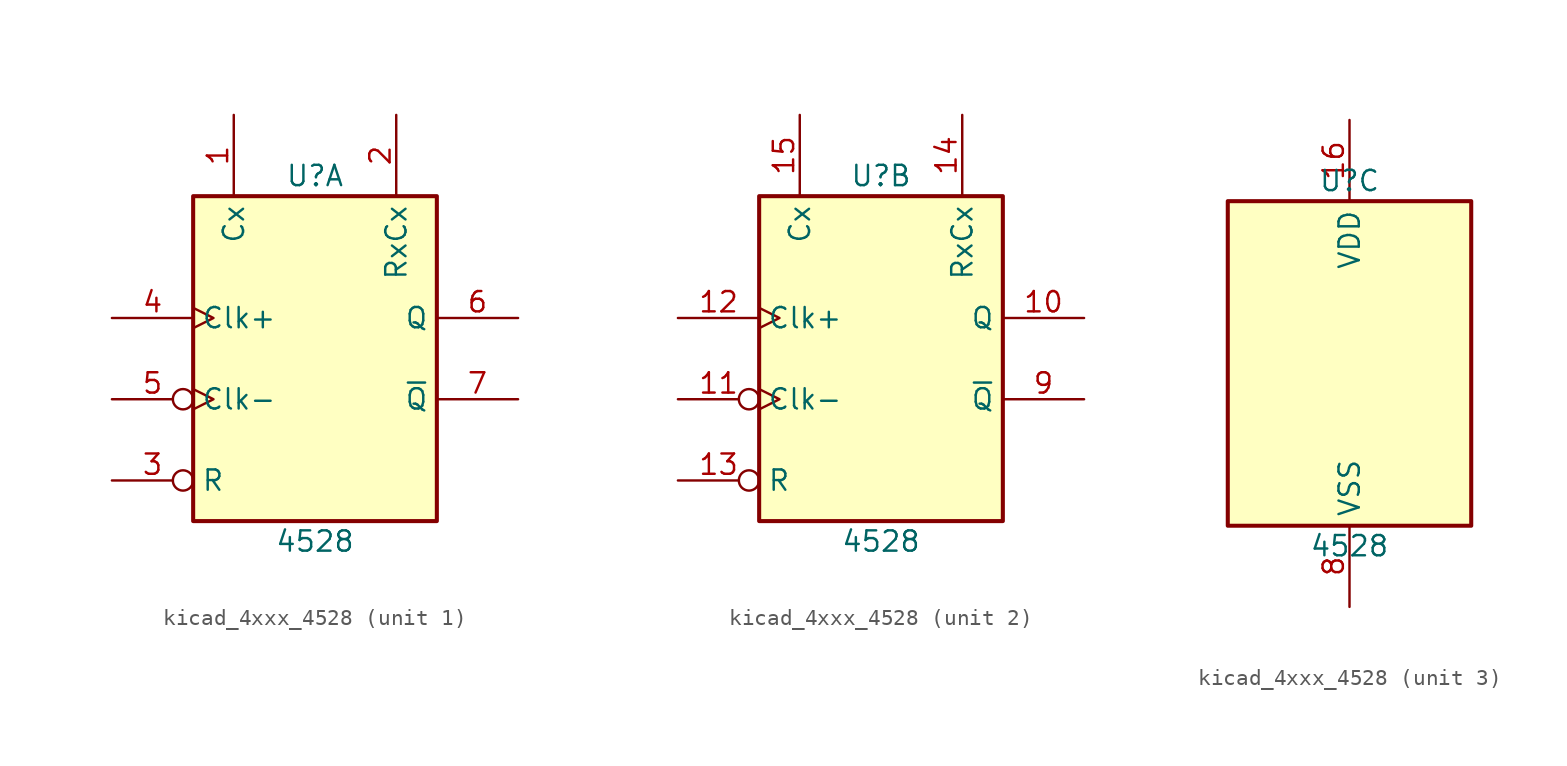
<source format=kicad_sym>
(kicad_symbol_lib
  (version 20220914)
  (generator kicad_symbol_editor)
  (symbol "kicad_4xxx_4528"
    (property "Reference" "U"
      (at 0 11.43 0)
      (effects (font (size 1.27 1.27))))
    (property "Value" "4528"
      (at 0 -11.43 0)
      (effects (font (size 1.27 1.27))))
    (property "ki_locked" ""
      (at 0 0 0)
      (effects (font (size 1.27 1.27))))
    (symbol "kicad_4xxx_4528_1_0"
      (pin input line (at -5.08 15.24 270) (length 5.08) (name "Cx" (effects (font (size 1.27 1.27)))) (number "1" (effects (font (size 1.27 1.27)))))
      (pin input line (at 5.08 15.24 270) (length 5.08) (name "RxCx" (effects (font (size 1.27 1.27)))) (number "2" (effects (font (size 1.27 1.27)))))
      (pin input inverted (at -12.7 -7.62 0) (length 5.08) (name "R" (effects (font (size 1.27 1.27)))) (number "3" (effects (font (size 1.27 1.27)))))
      (pin input clock (at -12.7 2.54 0) (length 5.08) (name "Clk+" (effects (font (size 1.27 1.27)))) (number "4" (effects (font (size 1.27 1.27)))))
      (pin input inverted_clock (at -12.7 -2.54 0) (length 5.08) (name "Clk-" (effects (font (size 1.27 1.27)))) (number "5" (effects (font (size 1.27 1.27)))))
      (pin output line (at 12.7 2.54 180) (length 5.08) (name "Q" (effects (font (size 1.27 1.27)))) (number "6" (effects (font (size 1.27 1.27)))))
      (pin output line (at 12.7 -2.54 180) (length 5.08) (name "~{Q}" (effects (font (size 1.27 1.27)))) (number "7" (effects (font (size 1.27 1.27))))))
    (symbol "kicad_4xxx_4528_1_1"
      (rectangle (start -7.62 10.16) (end 7.62 -10.16) (stroke (width 0.254) (type default)) (fill (type background))))
    (symbol "kicad_4xxx_4528_2_0"
      (pin output line (at 12.7 2.54 180) (length 5.08) (name "Q" (effects (font (size 1.27 1.27)))) (number "10" (effects (font (size 1.27 1.27)))))
      (pin input inverted_clock (at -12.7 -2.54 0) (length 5.08) (name "Clk-" (effects (font (size 1.27 1.27)))) (number "11" (effects (font (size 1.27 1.27)))))
      (pin input clock (at -12.7 2.54 0) (length 5.08) (name "Clk+" (effects (font (size 1.27 1.27)))) (number "12" (effects (font (size 1.27 1.27)))))
      (pin input inverted (at -12.7 -7.62 0) (length 5.08) (name "R" (effects (font (size 1.27 1.27)))) (number "13" (effects (font (size 1.27 1.27)))))
      (pin input line (at 5.08 15.24 270) (length 5.08) (name "RxCx" (effects (font (size 1.27 1.27)))) (number "14" (effects (font (size 1.27 1.27)))))
      (pin input line (at -5.08 15.24 270) (length 5.08) (name "Cx" (effects (font (size 1.27 1.27)))) (number "15" (effects (font (size 1.27 1.27)))))
      (pin output line (at 12.7 -2.54 180) (length 5.08) (name "~{Q}" (effects (font (size 1.27 1.27)))) (number "9" (effects (font (size 1.27 1.27))))))
    (symbol "kicad_4xxx_4528_2_1"
      (rectangle (start -7.62 10.16) (end 7.62 -10.16) (stroke (width 0.254) (type default)) (fill (type background))))
    (symbol "kicad_4xxx_4528_3_0"
      (pin power_in line (at 0 15.24 270) (length 5.08) (name "VDD" (effects (font (size 1.27 1.27)))) (number "16" (effects (font (size 1.27 1.27)))))
      (pin power_in line (at 0 -15.24 90) (length 5.08) (name "VSS" (effects (font (size 1.27 1.27)))) (number "8" (effects (font (size 1.27 1.27))))))
    (symbol "kicad_4xxx_4528_3_1"
      (rectangle (start -7.62 10.16) (end 7.62 -10.16) (stroke (width 0.254) (type default)) (fill (type background))))))
</source>
